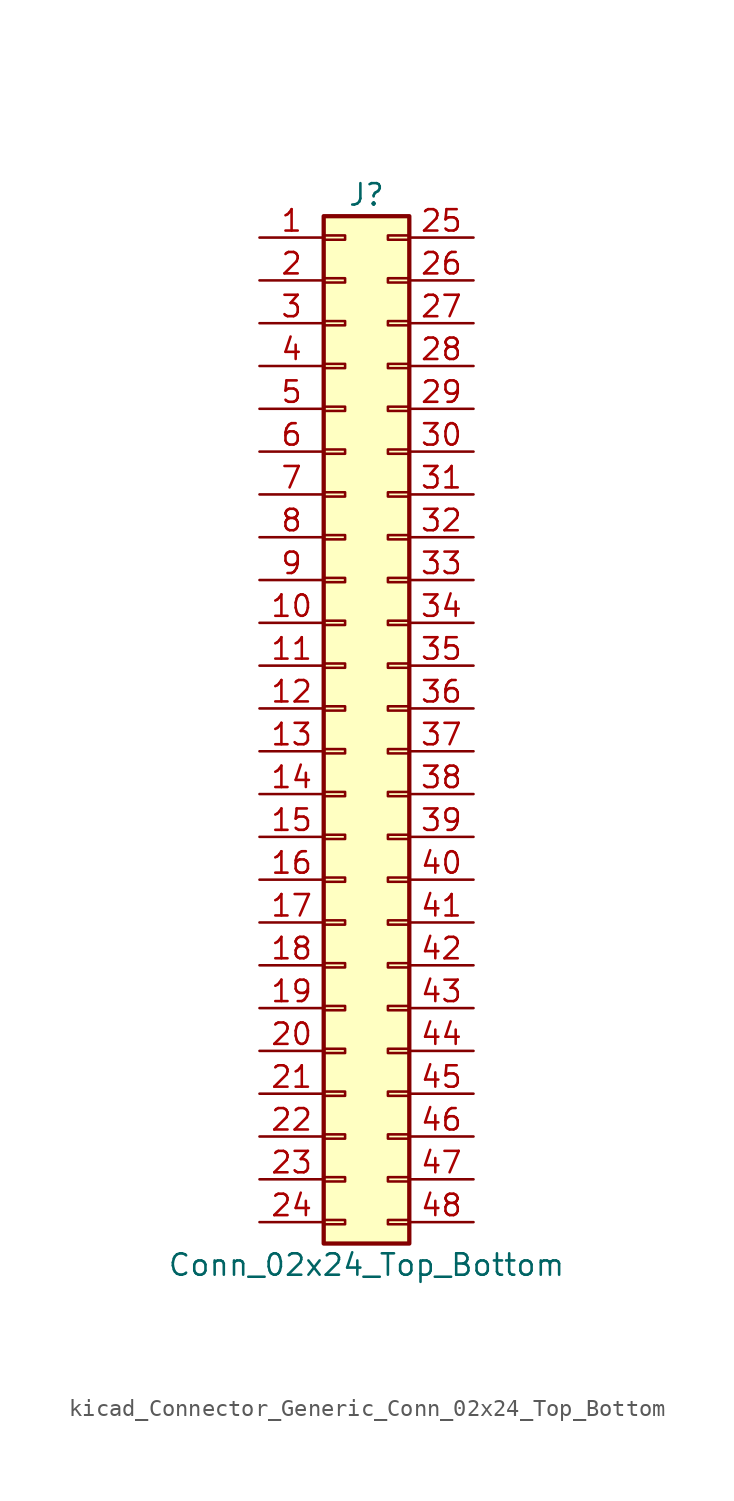
<source format=kicad_sym>
(kicad_symbol_lib
  (version 20220914)
  (generator kicad_symbol_editor)
  (symbol "kicad_Connector_Generic_Conn_02x24_Top_Bottom"
    (pin_names
      (offset 1.016) hide)
    (property "Reference" "J"
      (at 1.27 30.48 0)
      (effects (font (size 1.27 1.27))))
    (property "Value" "Conn_02x24_Top_Bottom"
      (at 1.27 -33.02 0)
      (effects (font (size 1.27 1.27))))
    (symbol "kicad_Connector_Generic_Conn_02x24_Top_Bottom_1_1"
      (rectangle (start -1.27 -30.353) (end 0 -30.607) (stroke (width 0.152) (type default)) (fill (type none)))
      (rectangle (start -1.27 -27.813) (end 0 -28.067) (stroke (width 0.152) (type default)) (fill (type none)))
      (rectangle (start -1.27 -25.273) (end 0 -25.527) (stroke (width 0.152) (type default)) (fill (type none)))
      (rectangle (start -1.27 -22.733) (end 0 -22.987) (stroke (width 0.152) (type default)) (fill (type none)))
      (rectangle (start -1.27 -20.193) (end 0 -20.447) (stroke (width 0.152) (type default)) (fill (type none)))
      (rectangle (start -1.27 -17.653) (end 0 -17.907) (stroke (width 0.152) (type default)) (fill (type none)))
      (rectangle (start -1.27 -15.113) (end 0 -15.367) (stroke (width 0.152) (type default)) (fill (type none)))
      (rectangle (start -1.27 -12.573) (end 0 -12.827) (stroke (width 0.152) (type default)) (fill (type none)))
      (rectangle (start -1.27 -10.033) (end 0 -10.287) (stroke (width 0.152) (type default)) (fill (type none)))
      (rectangle (start -1.27 -7.493) (end 0 -7.747) (stroke (width 0.152) (type default)) (fill (type none)))
      (rectangle (start -1.27 -4.953) (end 0 -5.207) (stroke (width 0.152) (type default)) (fill (type none)))
      (rectangle (start -1.27 -2.413) (end 0 -2.667) (stroke (width 0.152) (type default)) (fill (type none)))
      (rectangle (start -1.27 0.127) (end 0 -0.127) (stroke (width 0.152) (type default)) (fill (type none)))
      (rectangle (start -1.27 2.667) (end 0 2.413) (stroke (width 0.152) (type default)) (fill (type none)))
      (rectangle (start -1.27 5.207) (end 0 4.953) (stroke (width 0.152) (type default)) (fill (type none)))
      (rectangle (start -1.27 7.747) (end 0 7.493) (stroke (width 0.152) (type default)) (fill (type none)))
      (rectangle (start -1.27 10.287) (end 0 10.033) (stroke (width 0.152) (type default)) (fill (type none)))
      (rectangle (start -1.27 12.827) (end 0 12.573) (stroke (width 0.152) (type default)) (fill (type none)))
      (rectangle (start -1.27 15.367) (end 0 15.113) (stroke (width 0.152) (type default)) (fill (type none)))
      (rectangle (start -1.27 17.907) (end 0 17.653) (stroke (width 0.152) (type default)) (fill (type none)))
      (rectangle (start -1.27 20.447) (end 0 20.193) (stroke (width 0.152) (type default)) (fill (type none)))
      (rectangle (start -1.27 22.987) (end 0 22.733) (stroke (width 0.152) (type default)) (fill (type none)))
      (rectangle (start -1.27 25.527) (end 0 25.273) (stroke (width 0.152) (type default)) (fill (type none)))
      (rectangle (start -1.27 28.067) (end 0 27.813) (stroke (width 0.152) (type default)) (fill (type none)))
      (rectangle (start -1.27 29.21) (end 3.81 -31.75) (stroke (width 0.254) (type default)) (fill (type background)))
      (rectangle (start 3.81 -30.353) (end 2.54 -30.607) (stroke (width 0.152) (type default)) (fill (type none)))
      (rectangle (start 3.81 -27.813) (end 2.54 -28.067) (stroke (width 0.152) (type default)) (fill (type none)))
      (rectangle (start 3.81 -25.273) (end 2.54 -25.527) (stroke (width 0.152) (type default)) (fill (type none)))
      (rectangle (start 3.81 -22.733) (end 2.54 -22.987) (stroke (width 0.152) (type default)) (fill (type none)))
      (rectangle (start 3.81 -20.193) (end 2.54 -20.447) (stroke (width 0.152) (type default)) (fill (type none)))
      (rectangle (start 3.81 -17.653) (end 2.54 -17.907) (stroke (width 0.152) (type default)) (fill (type none)))
      (rectangle (start 3.81 -15.113) (end 2.54 -15.367) (stroke (width 0.152) (type default)) (fill (type none)))
      (rectangle (start 3.81 -12.573) (end 2.54 -12.827) (stroke (width 0.152) (type default)) (fill (type none)))
      (rectangle (start 3.81 -10.033) (end 2.54 -10.287) (stroke (width 0.152) (type default)) (fill (type none)))
      (rectangle (start 3.81 -7.493) (end 2.54 -7.747) (stroke (width 0.152) (type default)) (fill (type none)))
      (rectangle (start 3.81 -4.953) (end 2.54 -5.207) (stroke (width 0.152) (type default)) (fill (type none)))
      (rectangle (start 3.81 -2.413) (end 2.54 -2.667) (stroke (width 0.152) (type default)) (fill (type none)))
      (rectangle (start 3.81 0.127) (end 2.54 -0.127) (stroke (width 0.152) (type default)) (fill (type none)))
      (rectangle (start 3.81 2.667) (end 2.54 2.413) (stroke (width 0.152) (type default)) (fill (type none)))
      (rectangle (start 3.81 5.207) (end 2.54 4.953) (stroke (width 0.152) (type default)) (fill (type none)))
      (rectangle (start 3.81 7.747) (end 2.54 7.493) (stroke (width 0.152) (type default)) (fill (type none)))
      (rectangle (start 3.81 10.287) (end 2.54 10.033) (stroke (width 0.152) (type default)) (fill (type none)))
      (rectangle (start 3.81 12.827) (end 2.54 12.573) (stroke (width 0.152) (type default)) (fill (type none)))
      (rectangle (start 3.81 15.367) (end 2.54 15.113) (stroke (width 0.152) (type default)) (fill (type none)))
      (rectangle (start 3.81 17.907) (end 2.54 17.653) (stroke (width 0.152) (type default)) (fill (type none)))
      (rectangle (start 3.81 20.447) (end 2.54 20.193) (stroke (width 0.152) (type default)) (fill (type none)))
      (rectangle (start 3.81 22.987) (end 2.54 22.733) (stroke (width 0.152) (type default)) (fill (type none)))
      (rectangle (start 3.81 25.527) (end 2.54 25.273) (stroke (width 0.152) (type default)) (fill (type none)))
      (rectangle (start 3.81 28.067) (end 2.54 27.813) (stroke (width 0.152) (type default)) (fill (type none)))
      (pin passive line (at -5.08 27.94 0) (length 3.81) (name "Pin_1" (effects (font (size 1.27 1.27)))) (number "1" (effects (font (size 1.27 1.27)))))
      (pin passive line (at -5.08 5.08 0) (length 3.81) (name "Pin_10" (effects (font (size 1.27 1.27)))) (number "10" (effects (font (size 1.27 1.27)))))
      (pin passive line (at -5.08 2.54 0) (length 3.81) (name "Pin_11" (effects (font (size 1.27 1.27)))) (number "11" (effects (font (size 1.27 1.27)))))
      (pin passive line (at -5.08 0 0) (length 3.81) (name "Pin_12" (effects (font (size 1.27 1.27)))) (number "12" (effects (font (size 1.27 1.27)))))
      (pin passive line (at -5.08 -2.54 0) (length 3.81) (name "Pin_13" (effects (font (size 1.27 1.27)))) (number "13" (effects (font (size 1.27 1.27)))))
      (pin passive line (at -5.08 -5.08 0) (length 3.81) (name "Pin_14" (effects (font (size 1.27 1.27)))) (number "14" (effects (font (size 1.27 1.27)))))
      (pin passive line (at -5.08 -7.62 0) (length 3.81) (name "Pin_15" (effects (font (size 1.27 1.27)))) (number "15" (effects (font (size 1.27 1.27)))))
      (pin passive line (at -5.08 -10.16 0) (length 3.81) (name "Pin_16" (effects (font (size 1.27 1.27)))) (number "16" (effects (font (size 1.27 1.27)))))
      (pin passive line (at -5.08 -12.7 0) (length 3.81) (name "Pin_17" (effects (font (size 1.27 1.27)))) (number "17" (effects (font (size 1.27 1.27)))))
      (pin passive line (at -5.08 -15.24 0) (length 3.81) (name "Pin_18" (effects (font (size 1.27 1.27)))) (number "18" (effects (font (size 1.27 1.27)))))
      (pin passive line (at -5.08 -17.78 0) (length 3.81) (name "Pin_19" (effects (font (size 1.27 1.27)))) (number "19" (effects (font (size 1.27 1.27)))))
      (pin passive line (at -5.08 25.4 0) (length 3.81) (name "Pin_2" (effects (font (size 1.27 1.27)))) (number "2" (effects (font (size 1.27 1.27)))))
      (pin passive line (at -5.08 -20.32 0) (length 3.81) (name "Pin_20" (effects (font (size 1.27 1.27)))) (number "20" (effects (font (size 1.27 1.27)))))
      (pin passive line (at -5.08 -22.86 0) (length 3.81) (name "Pin_21" (effects (font (size 1.27 1.27)))) (number "21" (effects (font (size 1.27 1.27)))))
      (pin passive line (at -5.08 -25.4 0) (length 3.81) (name "Pin_22" (effects (font (size 1.27 1.27)))) (number "22" (effects (font (size 1.27 1.27)))))
      (pin passive line (at -5.08 -27.94 0) (length 3.81) (name "Pin_23" (effects (font (size 1.27 1.27)))) (number "23" (effects (font (size 1.27 1.27)))))
      (pin passive line (at -5.08 -30.48 0) (length 3.81) (name "Pin_24" (effects (font (size 1.27 1.27)))) (number "24" (effects (font (size 1.27 1.27)))))
      (pin passive line (at 7.62 27.94 180) (length 3.81) (name "Pin_25" (effects (font (size 1.27 1.27)))) (number "25" (effects (font (size 1.27 1.27)))))
      (pin passive line (at 7.62 25.4 180) (length 3.81) (name "Pin_26" (effects (font (size 1.27 1.27)))) (number "26" (effects (font (size 1.27 1.27)))))
      (pin passive line (at 7.62 22.86 180) (length 3.81) (name "Pin_27" (effects (font (size 1.27 1.27)))) (number "27" (effects (font (size 1.27 1.27)))))
      (pin passive line (at 7.62 20.32 180) (length 3.81) (name "Pin_28" (effects (font (size 1.27 1.27)))) (number "28" (effects (font (size 1.27 1.27)))))
      (pin passive line (at 7.62 17.78 180) (length 3.81) (name "Pin_29" (effects (font (size 1.27 1.27)))) (number "29" (effects (font (size 1.27 1.27)))))
      (pin passive line (at -5.08 22.86 0) (length 3.81) (name "Pin_3" (effects (font (size 1.27 1.27)))) (number "3" (effects (font (size 1.27 1.27)))))
      (pin passive line (at 7.62 15.24 180) (length 3.81) (name "Pin_30" (effects (font (size 1.27 1.27)))) (number "30" (effects (font (size 1.27 1.27)))))
      (pin passive line (at 7.62 12.7 180) (length 3.81) (name "Pin_31" (effects (font (size 1.27 1.27)))) (number "31" (effects (font (size 1.27 1.27)))))
      (pin passive line (at 7.62 10.16 180) (length 3.81) (name "Pin_32" (effects (font (size 1.27 1.27)))) (number "32" (effects (font (size 1.27 1.27)))))
      (pin passive line (at 7.62 7.62 180) (length 3.81) (name "Pin_33" (effects (font (size 1.27 1.27)))) (number "33" (effects (font (size 1.27 1.27)))))
      (pin passive line (at 7.62 5.08 180) (length 3.81) (name "Pin_34" (effects (font (size 1.27 1.27)))) (number "34" (effects (font (size 1.27 1.27)))))
      (pin passive line (at 7.62 2.54 180) (length 3.81) (name "Pin_35" (effects (font (size 1.27 1.27)))) (number "35" (effects (font (size 1.27 1.27)))))
      (pin passive line (at 7.62 0 180) (length 3.81) (name "Pin_36" (effects (font (size 1.27 1.27)))) (number "36" (effects (font (size 1.27 1.27)))))
      (pin passive line (at 7.62 -2.54 180) (length 3.81) (name "Pin_37" (effects (font (size 1.27 1.27)))) (number "37" (effects (font (size 1.27 1.27)))))
      (pin passive line (at 7.62 -5.08 180) (length 3.81) (name "Pin_38" (effects (font (size 1.27 1.27)))) (number "38" (effects (font (size 1.27 1.27)))))
      (pin passive line (at 7.62 -7.62 180) (length 3.81) (name "Pin_39" (effects (font (size 1.27 1.27)))) (number "39" (effects (font (size 1.27 1.27)))))
      (pin passive line (at -5.08 20.32 0) (length 3.81) (name "Pin_4" (effects (font (size 1.27 1.27)))) (number "4" (effects (font (size 1.27 1.27)))))
      (pin passive line (at 7.62 -10.16 180) (length 3.81) (name "Pin_40" (effects (font (size 1.27 1.27)))) (number "40" (effects (font (size 1.27 1.27)))))
      (pin passive line (at 7.62 -12.7 180) (length 3.81) (name "Pin_41" (effects (font (size 1.27 1.27)))) (number "41" (effects (font (size 1.27 1.27)))))
      (pin passive line (at 7.62 -15.24 180) (length 3.81) (name "Pin_42" (effects (font (size 1.27 1.27)))) (number "42" (effects (font (size 1.27 1.27)))))
      (pin passive line (at 7.62 -17.78 180) (length 3.81) (name "Pin_43" (effects (font (size 1.27 1.27)))) (number "43" (effects (font (size 1.27 1.27)))))
      (pin passive line (at 7.62 -20.32 180) (length 3.81) (name "Pin_44" (effects (font (size 1.27 1.27)))) (number "44" (effects (font (size 1.27 1.27)))))
      (pin passive line (at 7.62 -22.86 180) (length 3.81) (name "Pin_45" (effects (font (size 1.27 1.27)))) (number "45" (effects (font (size 1.27 1.27)))))
      (pin passive line (at 7.62 -25.4 180) (length 3.81) (name "Pin_46" (effects (font (size 1.27 1.27)))) (number "46" (effects (font (size 1.27 1.27)))))
      (pin passive line (at 7.62 -27.94 180) (length 3.81) (name "Pin_47" (effects (font (size 1.27 1.27)))) (number "47" (effects (font (size 1.27 1.27)))))
      (pin passive line (at 7.62 -30.48 180) (length 3.81) (name "Pin_48" (effects (font (size 1.27 1.27)))) (number "48" (effects (font (size 1.27 1.27)))))
      (pin passive line (at -5.08 17.78 0) (length 3.81) (name "Pin_5" (effects (font (size 1.27 1.27)))) (number "5" (effects (font (size 1.27 1.27)))))
      (pin passive line (at -5.08 15.24 0) (length 3.81) (name "Pin_6" (effects (font (size 1.27 1.27)))) (number "6" (effects (font (size 1.27 1.27)))))
      (pin passive line (at -5.08 12.7 0) (length 3.81) (name "Pin_7" (effects (font (size 1.27 1.27)))) (number "7" (effects (font (size 1.27 1.27)))))
      (pin passive line (at -5.08 10.16 0) (length 3.81) (name "Pin_8" (effects (font (size 1.27 1.27)))) (number "8" (effects (font (size 1.27 1.27)))))
      (pin passive line (at -5.08 7.62 0) (length 3.81) (name "Pin_9" (effects (font (size 1.27 1.27)))) (number "9" (effects (font (size 1.27 1.27))))))))
</source>
